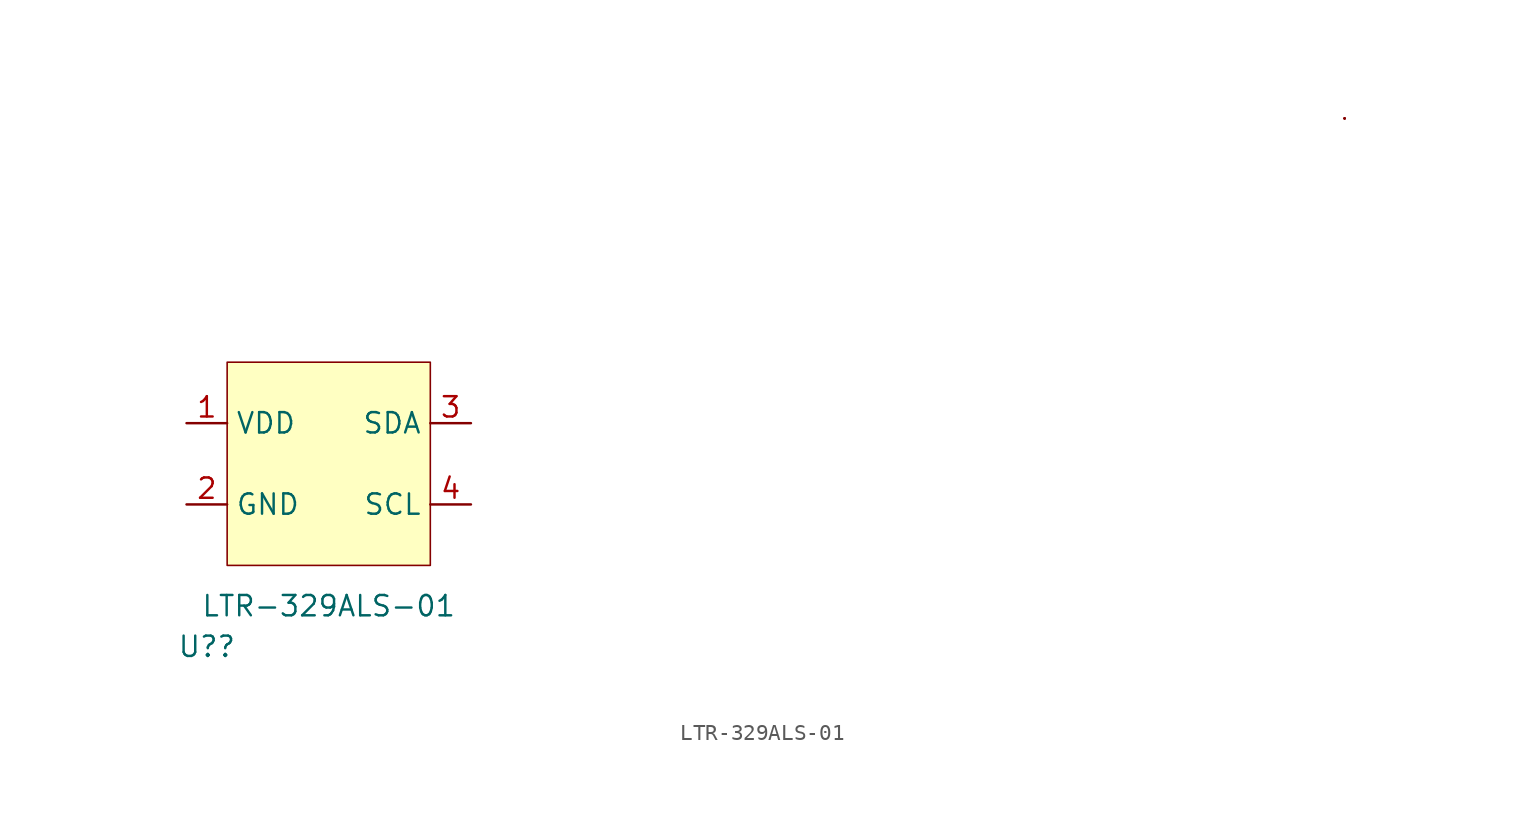
<source format=kicad_sym>
(kicad_symbol_lib
  (version 20211014)
  (generator kicad_symbol_editor)
  (symbol "LTR-329ALS-01"
    (property "Reference" "U?"
      (at -7.62 -11.43 0)
      (effects (font (size 1.27 1.27))))
    (property "Value" "LTR-329ALS-01"
      (at 0 -8.89 0)
      (effects (font (size 1.27 1.27))))
    (symbol "LTR-329ALS-01_0_1"
      (rectangle (start -6.35 6.35) (end 6.35 -6.35) (stroke (width 0.1) (type default) (color 0 0 0 0)) (fill (type background)))
      (rectangle (start 63.5 21.59) (end 63.5 21.59) (stroke (width 0) (type default) (color 0 0 0 0)) (fill (type none)))
      (rectangle (start 63.5 21.59) (end 63.5 21.59) (stroke (width 0) (type default) (color 0 0 0 0)) (fill (type none)))
      (rectangle (start 63.5 21.59) (end 63.5 21.59) (stroke (width 0) (type default) (color 0 0 0 0)) (fill (type none)))
      (rectangle (start 63.5 21.59) (end 63.5 21.59) (stroke (width 0) (type default) (color 0 0 0 0)) (fill (type none))))
    (symbol "LTR-329ALS-01_1_1"
      (pin power_in line (at -8.89 2.54 0) (length 2.54) (name "VDD" (effects (font (size 1.27 1.27)))) (number "1" (effects (font (size 1.27 1.27)))))
      (pin power_in line (at -8.89 -2.54 0) (length 2.54) (name "GND" (effects (font (size 1.27 1.27)))) (number "2" (effects (font (size 1.27 1.27)))))
      (pin bidirectional line (at 8.89 2.54 180) (length 2.54) (name "SDA" (effects (font (size 1.27 1.27)))) (number "3" (effects (font (size 1.27 1.27)))))
      (pin bidirectional line (at 8.89 -2.54 180) (length 2.54) (name "SCL" (effects (font (size 1.27 1.27)))) (number "4" (effects (font (size 1.27 1.27))))))))
</source>
